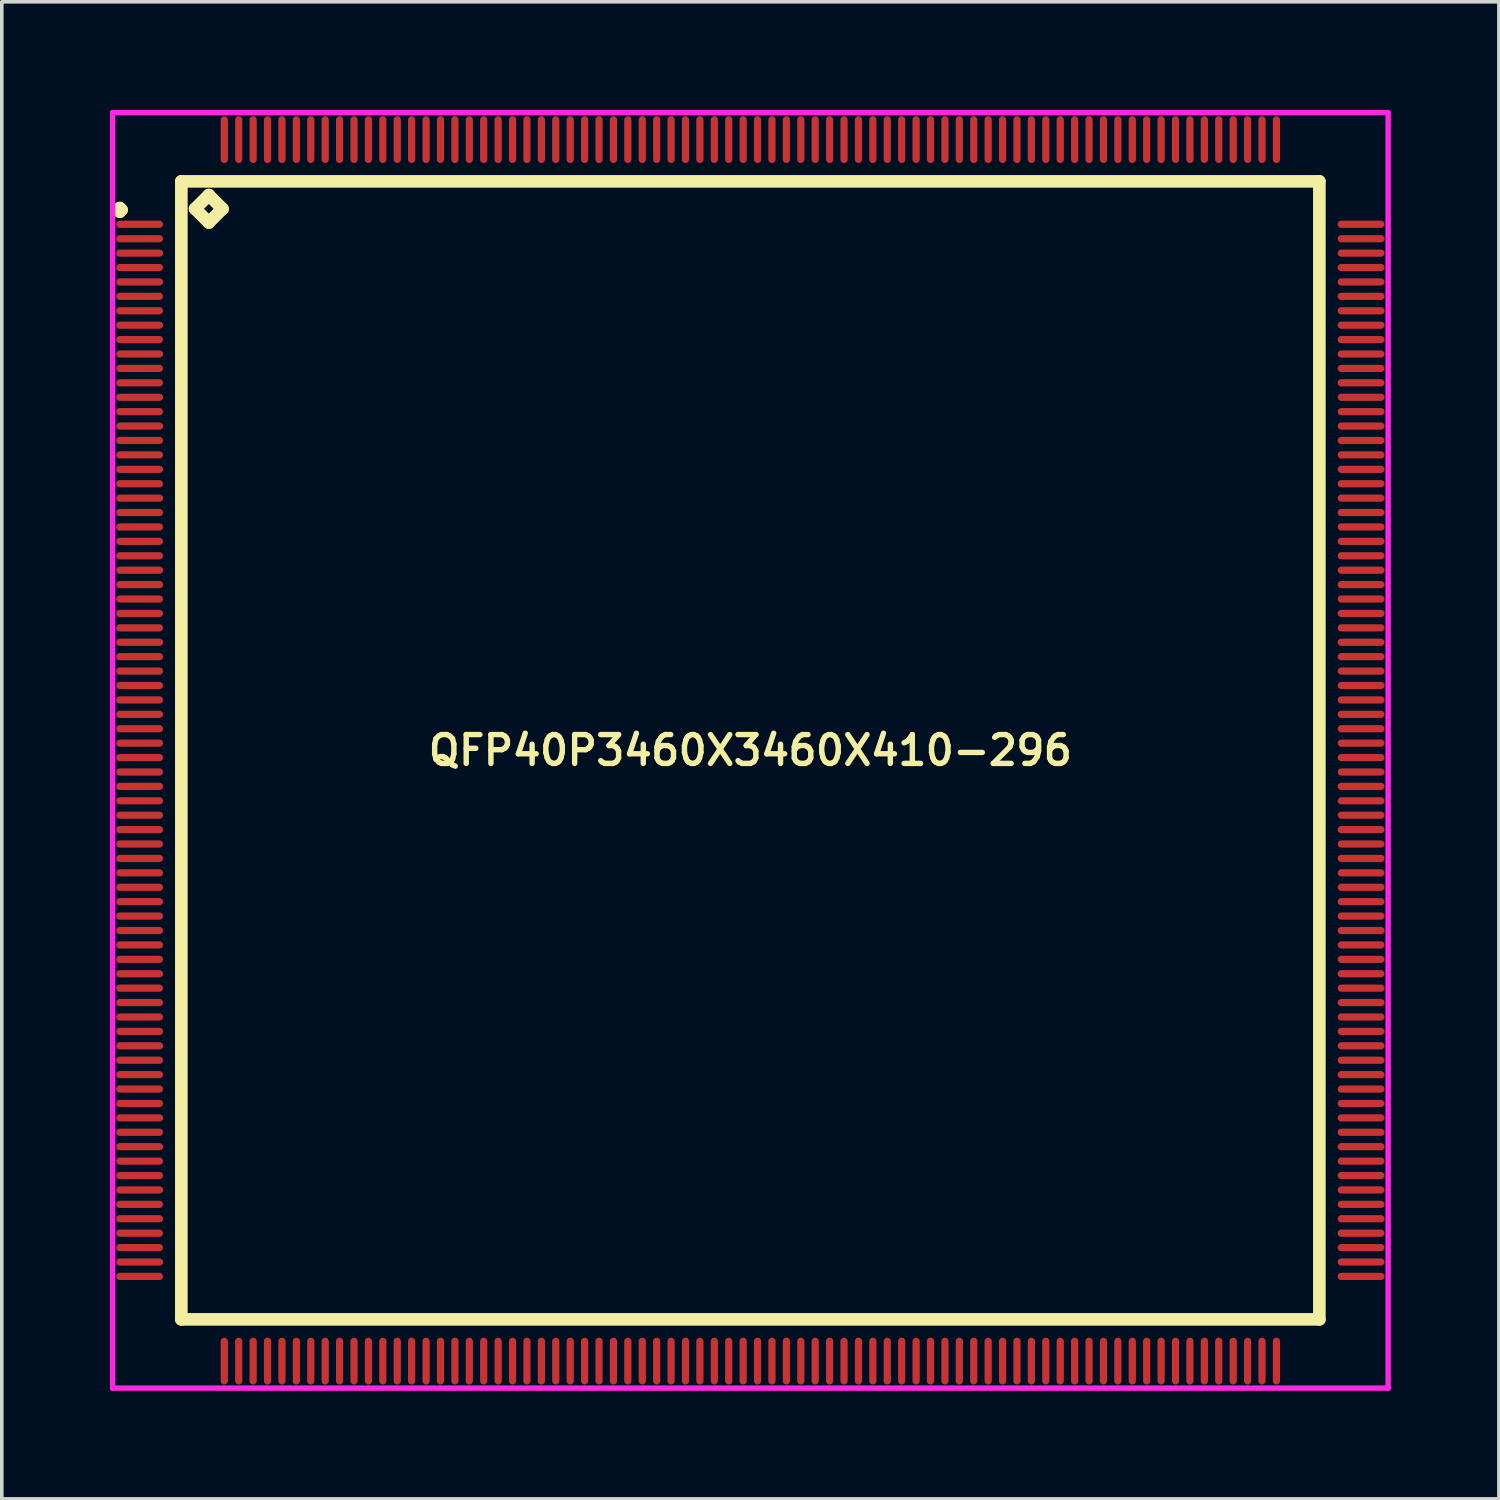
<source format=kicad_pcb>
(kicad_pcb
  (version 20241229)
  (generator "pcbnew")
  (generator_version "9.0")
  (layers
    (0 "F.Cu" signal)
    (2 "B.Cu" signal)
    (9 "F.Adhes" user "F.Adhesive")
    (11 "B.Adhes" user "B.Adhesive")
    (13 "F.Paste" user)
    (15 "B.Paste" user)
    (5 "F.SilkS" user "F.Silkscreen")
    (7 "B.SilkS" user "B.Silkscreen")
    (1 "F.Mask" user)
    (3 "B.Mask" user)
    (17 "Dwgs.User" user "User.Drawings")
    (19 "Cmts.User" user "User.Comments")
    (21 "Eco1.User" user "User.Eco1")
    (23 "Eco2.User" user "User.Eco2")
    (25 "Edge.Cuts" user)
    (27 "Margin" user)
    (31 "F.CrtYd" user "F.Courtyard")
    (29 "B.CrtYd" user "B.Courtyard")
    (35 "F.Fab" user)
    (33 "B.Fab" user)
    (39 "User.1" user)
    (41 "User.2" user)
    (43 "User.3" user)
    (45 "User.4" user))
  (footprint "QFP40P3460X3460X410-296"
    (layer "F.Cu")
    (at 17.775 17.775)
    (property "Reference" "QFP40P3460X3460X410-296" (at 0 0 0) (layer "F.SilkS") (effects (font (size 0.8 0.8) (thickness 0.15))))
    (attr smd)
    (fp_line (start -17.55 -15) (end -17.5 -15.05) (stroke (width 0.35) (type solid)) (layer "F.SilkS"))
    (fp_line (start -17.5 -15.05) (end -17.45 -15) (stroke (width 0.35) (type solid)) (layer "F.SilkS"))
    (fp_line (start -17.5 -14.95) (end -17.55 -15) (stroke (width 0.35) (type solid)) (layer "F.SilkS"))
    (fp_line (start -17.45 -15) (end -17.5 -14.95) (stroke (width 0.35) (type solid)) (layer "F.SilkS"))
    (fp_line (start -15.792 -15.792) (end -15.792 15.792) (stroke (width 0.35) (type solid)) (layer "F.SilkS"))
    (fp_line (start -15.792 15.792) (end 15.792 15.792) (stroke (width 0.35) (type solid)) (layer "F.SilkS"))
    (fp_line (start -15.411 -15.03) (end -15.03 -15.411) (stroke (width 0.35) (type solid)) (layer "F.SilkS"))
    (fp_line (start -15.03 -15.411) (end -14.649 -15.03) (stroke (width 0.35) (type solid)) (layer "F.SilkS"))
    (fp_line (start -15.03 -14.649) (end -15.411 -15.03) (stroke (width 0.35) (type solid)) (layer "F.SilkS"))
    (fp_line (start -14.649 -15.03) (end -15.03 -14.649) (stroke (width 0.35) (type solid)) (layer "F.SilkS"))
    (fp_line (start 15.792 -15.792) (end -15.792 -15.792) (stroke (width 0.35) (type solid)) (layer "F.SilkS"))
    (fp_line (start 15.792 15.792) (end 15.792 -15.792) (stroke (width 0.35) (type solid)) (layer "F.SilkS"))
    (fp_line (start -17.7 -17.7) (end 17.7 -17.7) (stroke (width 0.15) (type solid)) (layer "F.CrtYd"))
    (fp_line (start -17.7 17.7) (end -17.7 -17.7) (stroke (width 0.15) (type solid)) (layer "F.CrtYd"))
    (fp_line (start 17.7 -17.7) (end 17.7 17.7) (stroke (width 0.15) (type solid)) (layer "F.CrtYd"))
    (fp_line (start 17.7 17.7) (end -17.7 17.7) (stroke (width 0.15) (type solid)) (layer "F.CrtYd"))
    (pad "1" smd oval (at -16.95 -14.6) (size 1.3 0.2) (layers "F.Cu" "F.Mask" "F.Paste"))
    (pad "2" smd oval (at -16.95 -14.2) (size 1.3 0.2) (layers "F.Cu" "F.Mask" "F.Paste"))
    (pad "3" smd oval (at -16.95 -13.8) (size 1.3 0.2) (layers "F.Cu" "F.Mask" "F.Paste"))
    (pad "4" smd oval (at -16.95 -13.4) (size 1.3 0.2) (layers "F.Cu" "F.Mask" "F.Paste"))
    (pad "5" smd oval (at -16.95 -13) (size 1.3 0.2) (layers "F.Cu" "F.Mask" "F.Paste"))
    (pad "6" smd oval (at -16.95 -12.6) (size 1.3 0.2) (layers "F.Cu" "F.Mask" "F.Paste"))
    (pad "7" smd oval (at -16.95 -12.2) (size 1.3 0.2) (layers "F.Cu" "F.Mask" "F.Paste"))
    (pad "8" smd oval (at -16.95 -11.8) (size 1.3 0.2) (layers "F.Cu" "F.Mask" "F.Paste"))
    (pad "9" smd oval (at -16.95 -11.4) (size 1.3 0.2) (layers "F.Cu" "F.Mask" "F.Paste"))
    (pad "10" smd oval (at -16.95 -11) (size 1.3 0.2) (layers "F.Cu" "F.Mask" "F.Paste"))
    (pad "11" smd oval (at -16.95 -10.6) (size 1.3 0.2) (layers "F.Cu" "F.Mask" "F.Paste"))
    (pad "12" smd oval (at -16.95 -10.2) (size 1.3 0.2) (layers "F.Cu" "F.Mask" "F.Paste"))
    (pad "13" smd oval (at -16.95 -9.8) (size 1.3 0.2) (layers "F.Cu" "F.Mask" "F.Paste"))
    (pad "14" smd oval (at -16.95 -9.4) (size 1.3 0.2) (layers "F.Cu" "F.Mask" "F.Paste"))
    (pad "15" smd oval (at -16.95 -9) (size 1.3 0.2) (layers "F.Cu" "F.Mask" "F.Paste"))
    (pad "16" smd oval (at -16.95 -8.6) (size 1.3 0.2) (layers "F.Cu" "F.Mask" "F.Paste"))
    (pad "17" smd oval (at -16.95 -8.2) (size 1.3 0.2) (layers "F.Cu" "F.Mask" "F.Paste"))
    (pad "18" smd oval (at -16.95 -7.8) (size 1.3 0.2) (layers "F.Cu" "F.Mask" "F.Paste"))
    (pad "19" smd oval (at -16.95 -7.4) (size 1.3 0.2) (layers "F.Cu" "F.Mask" "F.Paste"))
    (pad "20" smd oval (at -16.95 -7) (size 1.3 0.2) (layers "F.Cu" "F.Mask" "F.Paste"))
    (pad "21" smd oval (at -16.95 -6.6) (size 1.3 0.2) (layers "F.Cu" "F.Mask" "F.Paste"))
    (pad "22" smd oval (at -16.95 -6.2) (size 1.3 0.2) (layers "F.Cu" "F.Mask" "F.Paste"))
    (pad "23" smd oval (at -16.95 -5.8) (size 1.3 0.2) (layers "F.Cu" "F.Mask" "F.Paste"))
    (pad "24" smd oval (at -16.95 -5.4) (size 1.3 0.2) (layers "F.Cu" "F.Mask" "F.Paste"))
    (pad "25" smd oval (at -16.95 -5) (size 1.3 0.2) (layers "F.Cu" "F.Mask" "F.Paste"))
    (pad "26" smd oval (at -16.95 -4.6) (size 1.3 0.2) (layers "F.Cu" "F.Mask" "F.Paste"))
    (pad "27" smd oval (at -16.95 -4.2) (size 1.3 0.2) (layers "F.Cu" "F.Mask" "F.Paste"))
    (pad "28" smd oval (at -16.95 -3.8) (size 1.3 0.2) (layers "F.Cu" "F.Mask" "F.Paste"))
    (pad "29" smd oval (at -16.95 -3.4) (size 1.3 0.2) (layers "F.Cu" "F.Mask" "F.Paste"))
    (pad "30" smd oval (at -16.95 -3) (size 1.3 0.2) (layers "F.Cu" "F.Mask" "F.Paste"))
    (pad "31" smd oval (at -16.95 -2.6) (size 1.3 0.2) (layers "F.Cu" "F.Mask" "F.Paste"))
    (pad "32" smd oval (at -16.95 -2.2) (size 1.3 0.2) (layers "F.Cu" "F.Mask" "F.Paste"))
    (pad "33" smd oval (at -16.95 -1.8) (size 1.3 0.2) (layers "F.Cu" "F.Mask" "F.Paste"))
    (pad "34" smd oval (at -16.95 -1.4) (size 1.3 0.2) (layers "F.Cu" "F.Mask" "F.Paste"))
    (pad "35" smd oval (at -16.95 -1) (size 1.3 0.2) (layers "F.Cu" "F.Mask" "F.Paste"))
    (pad "36" smd oval (at -16.95 -0.6) (size 1.3 0.2) (layers "F.Cu" "F.Mask" "F.Paste"))
    (pad "37" smd oval (at -16.95 -0.2) (size 1.3 0.2) (layers "F.Cu" "F.Mask" "F.Paste"))
    (pad "38" smd oval (at -16.95 0.2) (size 1.3 0.2) (layers "F.Cu" "F.Mask" "F.Paste"))
    (pad "39" smd oval (at -16.95 0.6) (size 1.3 0.2) (layers "F.Cu" "F.Mask" "F.Paste"))
    (pad "40" smd oval (at -16.95 1) (size 1.3 0.2) (layers "F.Cu" "F.Mask" "F.Paste"))
    (pad "41" smd oval (at -16.95 1.4) (size 1.3 0.2) (layers "F.Cu" "F.Mask" "F.Paste"))
    (pad "42" smd oval (at -16.95 1.8) (size 1.3 0.2) (layers "F.Cu" "F.Mask" "F.Paste"))
    (pad "43" smd oval (at -16.95 2.2) (size 1.3 0.2) (layers "F.Cu" "F.Mask" "F.Paste"))
    (pad "44" smd oval (at -16.95 2.6) (size 1.3 0.2) (layers "F.Cu" "F.Mask" "F.Paste"))
    (pad "45" smd oval (at -16.95 3) (size 1.3 0.2) (layers "F.Cu" "F.Mask" "F.Paste"))
    (pad "46" smd oval (at -16.95 3.4) (size 1.3 0.2) (layers "F.Cu" "F.Mask" "F.Paste"))
    (pad "47" smd oval (at -16.95 3.8) (size 1.3 0.2) (layers "F.Cu" "F.Mask" "F.Paste"))
    (pad "48" smd oval (at -16.95 4.2) (size 1.3 0.2) (layers "F.Cu" "F.Mask" "F.Paste"))
    (pad "49" smd oval (at -16.95 4.6) (size 1.3 0.2) (layers "F.Cu" "F.Mask" "F.Paste"))
    (pad "50" smd oval (at -16.95 5) (size 1.3 0.2) (layers "F.Cu" "F.Mask" "F.Paste"))
    (pad "51" smd oval (at -16.95 5.4) (size 1.3 0.2) (layers "F.Cu" "F.Mask" "F.Paste"))
    (pad "52" smd oval (at -16.95 5.8) (size 1.3 0.2) (layers "F.Cu" "F.Mask" "F.Paste"))
    (pad "53" smd oval (at -16.95 6.2) (size 1.3 0.2) (layers "F.Cu" "F.Mask" "F.Paste"))
    (pad "54" smd oval (at -16.95 6.6) (size 1.3 0.2) (layers "F.Cu" "F.Mask" "F.Paste"))
    (pad "55" smd oval (at -16.95 7) (size 1.3 0.2) (layers "F.Cu" "F.Mask" "F.Paste"))
    (pad "56" smd oval (at -16.95 7.4) (size 1.3 0.2) (layers "F.Cu" "F.Mask" "F.Paste"))
    (pad "57" smd oval (at -16.95 7.8) (size 1.3 0.2) (layers "F.Cu" "F.Mask" "F.Paste"))
    (pad "58" smd oval (at -16.95 8.2) (size 1.3 0.2) (layers "F.Cu" "F.Mask" "F.Paste"))
    (pad "59" smd oval (at -16.95 8.6) (size 1.3 0.2) (layers "F.Cu" "F.Mask" "F.Paste"))
    (pad "60" smd oval (at -16.95 9) (size 1.3 0.2) (layers "F.Cu" "F.Mask" "F.Paste"))
    (pad "61" smd oval (at -16.95 9.4) (size 1.3 0.2) (layers "F.Cu" "F.Mask" "F.Paste"))
    (pad "62" smd oval (at -16.95 9.8) (size 1.3 0.2) (layers "F.Cu" "F.Mask" "F.Paste"))
    (pad "63" smd oval (at -16.95 10.2) (size 1.3 0.2) (layers "F.Cu" "F.Mask" "F.Paste"))
    (pad "64" smd oval (at -16.95 10.6) (size 1.3 0.2) (layers "F.Cu" "F.Mask" "F.Paste"))
    (pad "65" smd oval (at -16.95 11) (size 1.3 0.2) (layers "F.Cu" "F.Mask" "F.Paste"))
    (pad "66" smd oval (at -16.95 11.4) (size 1.3 0.2) (layers "F.Cu" "F.Mask" "F.Paste"))
    (pad "67" smd oval (at -16.95 11.8) (size 1.3 0.2) (layers "F.Cu" "F.Mask" "F.Paste"))
    (pad "68" smd oval (at -16.95 12.2) (size 1.3 0.2) (layers "F.Cu" "F.Mask" "F.Paste"))
    (pad "69" smd oval (at -16.95 12.6) (size 1.3 0.2) (layers "F.Cu" "F.Mask" "F.Paste"))
    (pad "70" smd oval (at -16.95 13) (size 1.3 0.2) (layers "F.Cu" "F.Mask" "F.Paste"))
    (pad "71" smd oval (at -16.95 13.4) (size 1.3 0.2) (layers "F.Cu" "F.Mask" "F.Paste"))
    (pad "72" smd oval (at -16.95 13.8) (size 1.3 0.2) (layers "F.Cu" "F.Mask" "F.Paste"))
    (pad "73" smd oval (at -16.95 14.2) (size 1.3 0.2) (layers "F.Cu" "F.Mask" "F.Paste"))
    (pad "74" smd oval (at -16.95 14.6) (size 1.3 0.2) (layers "F.Cu" "F.Mask" "F.Paste"))
    (pad "75" smd oval (at -14.6 16.95) (size 0.2 1.3) (layers "F.Cu" "F.Mask" "F.Paste"))
    (pad "76" smd oval (at -14.2 16.95) (size 0.2 1.3) (layers "F.Cu" "F.Mask" "F.Paste"))
    (pad "77" smd oval (at -13.8 16.95) (size 0.2 1.3) (layers "F.Cu" "F.Mask" "F.Paste"))
    (pad "78" smd oval (at -13.4 16.95) (size 0.2 1.3) (layers "F.Cu" "F.Mask" "F.Paste"))
    (pad "79" smd oval (at -13 16.95) (size 0.2 1.3) (layers "F.Cu" "F.Mask" "F.Paste"))
    (pad "80" smd oval (at -12.6 16.95) (size 0.2 1.3) (layers "F.Cu" "F.Mask" "F.Paste"))
    (pad "81" smd oval (at -12.2 16.95) (size 0.2 1.3) (layers "F.Cu" "F.Mask" "F.Paste"))
    (pad "82" smd oval (at -11.8 16.95) (size 0.2 1.3) (layers "F.Cu" "F.Mask" "F.Paste"))
    (pad "83" smd oval (at -11.4 16.95) (size 0.2 1.3) (layers "F.Cu" "F.Mask" "F.Paste"))
    (pad "84" smd oval (at -11 16.95) (size 0.2 1.3) (layers "F.Cu" "F.Mask" "F.Paste"))
    (pad "85" smd oval (at -10.6 16.95) (size 0.2 1.3) (layers "F.Cu" "F.Mask" "F.Paste"))
    (pad "86" smd oval (at -10.2 16.95) (size 0.2 1.3) (layers "F.Cu" "F.Mask" "F.Paste"))
    (pad "87" smd oval (at -9.8 16.95) (size 0.2 1.3) (layers "F.Cu" "F.Mask" "F.Paste"))
    (pad "88" smd oval (at -9.4 16.95) (size 0.2 1.3) (layers "F.Cu" "F.Mask" "F.Paste"))
    (pad "89" smd oval (at -9 16.95) (size 0.2 1.3) (layers "F.Cu" "F.Mask" "F.Paste"))
    (pad "90" smd oval (at -8.6 16.95) (size 0.2 1.3) (layers "F.Cu" "F.Mask" "F.Paste"))
    (pad "91" smd oval (at -8.2 16.95) (size 0.2 1.3) (layers "F.Cu" "F.Mask" "F.Paste"))
    (pad "92" smd oval (at -7.8 16.95) (size 0.2 1.3) (layers "F.Cu" "F.Mask" "F.Paste"))
    (pad "93" smd oval (at -7.4 16.95) (size 0.2 1.3) (layers "F.Cu" "F.Mask" "F.Paste"))
    (pad "94" smd oval (at -7 16.95) (size 0.2 1.3) (layers "F.Cu" "F.Mask" "F.Paste"))
    (pad "95" smd oval (at -6.6 16.95) (size 0.2 1.3) (layers "F.Cu" "F.Mask" "F.Paste"))
    (pad "96" smd oval (at -6.2 16.95) (size 0.2 1.3) (layers "F.Cu" "F.Mask" "F.Paste"))
    (pad "97" smd oval (at -5.8 16.95) (size 0.2 1.3) (layers "F.Cu" "F.Mask" "F.Paste"))
    (pad "98" smd oval (at -5.4 16.95) (size 0.2 1.3) (layers "F.Cu" "F.Mask" "F.Paste"))
    (pad "99" smd oval (at -5 16.95) (size 0.2 1.3) (layers "F.Cu" "F.Mask" "F.Paste"))
    (pad "100" smd oval (at -4.6 16.95) (size 0.2 1.3) (layers "F.Cu" "F.Mask" "F.Paste"))
    (pad "101" smd oval (at -4.2 16.95) (size 0.2 1.3) (layers "F.Cu" "F.Mask" "F.Paste"))
    (pad "102" smd oval (at -3.8 16.95) (size 0.2 1.3) (layers "F.Cu" "F.Mask" "F.Paste"))
    (pad "103" smd oval (at -3.4 16.95) (size 0.2 1.3) (layers "F.Cu" "F.Mask" "F.Paste"))
    (pad "104" smd oval (at -3 16.95) (size 0.2 1.3) (layers "F.Cu" "F.Mask" "F.Paste"))
    (pad "105" smd oval (at -2.6 16.95) (size 0.2 1.3) (layers "F.Cu" "F.Mask" "F.Paste"))
    (pad "106" smd oval (at -2.2 16.95) (size 0.2 1.3) (layers "F.Cu" "F.Mask" "F.Paste"))
    (pad "107" smd oval (at -1.8 16.95) (size 0.2 1.3) (layers "F.Cu" "F.Mask" "F.Paste"))
    (pad "108" smd oval (at -1.4 16.95) (size 0.2 1.3) (layers "F.Cu" "F.Mask" "F.Paste"))
    (pad "109" smd oval (at -1 16.95) (size 0.2 1.3) (layers "F.Cu" "F.Mask" "F.Paste"))
    (pad "110" smd oval (at -0.6 16.95) (size 0.2 1.3) (layers "F.Cu" "F.Mask" "F.Paste"))
    (pad "111" smd oval (at -0.2 16.95) (size 0.2 1.3) (layers "F.Cu" "F.Mask" "F.Paste"))
    (pad "112" smd oval (at 0.2 16.95) (size 0.2 1.3) (layers "F.Cu" "F.Mask" "F.Paste"))
    (pad "113" smd oval (at 0.6 16.95) (size 0.2 1.3) (layers "F.Cu" "F.Mask" "F.Paste"))
    (pad "114" smd oval (at 1 16.95) (size 0.2 1.3) (layers "F.Cu" "F.Mask" "F.Paste"))
    (pad "115" smd oval (at 1.4 16.95) (size 0.2 1.3) (layers "F.Cu" "F.Mask" "F.Paste"))
    (pad "116" smd oval (at 1.8 16.95) (size 0.2 1.3) (layers "F.Cu" "F.Mask" "F.Paste"))
    (pad "117" smd oval (at 2.2 16.95) (size 0.2 1.3) (layers "F.Cu" "F.Mask" "F.Paste"))
    (pad "118" smd oval (at 2.6 16.95) (size 0.2 1.3) (layers "F.Cu" "F.Mask" "F.Paste"))
    (pad "119" smd oval (at 3 16.95) (size 0.2 1.3) (layers "F.Cu" "F.Mask" "F.Paste"))
    (pad "120" smd oval (at 3.4 16.95) (size 0.2 1.3) (layers "F.Cu" "F.Mask" "F.Paste"))
    (pad "121" smd oval (at 3.8 16.95) (size 0.2 1.3) (layers "F.Cu" "F.Mask" "F.Paste"))
    (pad "122" smd oval (at 4.2 16.95) (size 0.2 1.3) (layers "F.Cu" "F.Mask" "F.Paste"))
    (pad "123" smd oval (at 4.6 16.95) (size 0.2 1.3) (layers "F.Cu" "F.Mask" "F.Paste"))
    (pad "124" smd oval (at 5 16.95) (size 0.2 1.3) (layers "F.Cu" "F.Mask" "F.Paste"))
    (pad "125" smd oval (at 5.4 16.95) (size 0.2 1.3) (layers "F.Cu" "F.Mask" "F.Paste"))
    (pad "126" smd oval (at 5.8 16.95) (size 0.2 1.3) (layers "F.Cu" "F.Mask" "F.Paste"))
    (pad "127" smd oval (at 6.2 16.95) (size 0.2 1.3) (layers "F.Cu" "F.Mask" "F.Paste"))
    (pad "128" smd oval (at 6.6 16.95) (size 0.2 1.3) (layers "F.Cu" "F.Mask" "F.Paste"))
    (pad "129" smd oval (at 7 16.95) (size 0.2 1.3) (layers "F.Cu" "F.Mask" "F.Paste"))
    (pad "130" smd oval (at 7.4 16.95) (size 0.2 1.3) (layers "F.Cu" "F.Mask" "F.Paste"))
    (pad "131" smd oval (at 7.8 16.95) (size 0.2 1.3) (layers "F.Cu" "F.Mask" "F.Paste"))
    (pad "132" smd oval (at 8.2 16.95) (size 0.2 1.3) (layers "F.Cu" "F.Mask" "F.Paste"))
    (pad "133" smd oval (at 8.6 16.95) (size 0.2 1.3) (layers "F.Cu" "F.Mask" "F.Paste"))
    (pad "134" smd oval (at 9 16.95) (size 0.2 1.3) (layers "F.Cu" "F.Mask" "F.Paste"))
    (pad "135" smd oval (at 9.4 16.95) (size 0.2 1.3) (layers "F.Cu" "F.Mask" "F.Paste"))
    (pad "136" smd oval (at 9.8 16.95) (size 0.2 1.3) (layers "F.Cu" "F.Mask" "F.Paste"))
    (pad "137" smd oval (at 10.2 16.95) (size 0.2 1.3) (layers "F.Cu" "F.Mask" "F.Paste"))
    (pad "138" smd oval (at 10.6 16.95) (size 0.2 1.3) (layers "F.Cu" "F.Mask" "F.Paste"))
    (pad "139" smd oval (at 11 16.95) (size 0.2 1.3) (layers "F.Cu" "F.Mask" "F.Paste"))
    (pad "140" smd oval (at 11.4 16.95) (size 0.2 1.3) (layers "F.Cu" "F.Mask" "F.Paste"))
    (pad "141" smd oval (at 11.8 16.95) (size 0.2 1.3) (layers "F.Cu" "F.Mask" "F.Paste"))
    (pad "142" smd oval (at 12.2 16.95) (size 0.2 1.3) (layers "F.Cu" "F.Mask" "F.Paste"))
    (pad "143" smd oval (at 12.6 16.95) (size 0.2 1.3) (layers "F.Cu" "F.Mask" "F.Paste"))
    (pad "144" smd oval (at 13 16.95) (size 0.2 1.3) (layers "F.Cu" "F.Mask" "F.Paste"))
    (pad "145" smd oval (at 13.4 16.95) (size 0.2 1.3) (layers "F.Cu" "F.Mask" "F.Paste"))
    (pad "146" smd oval (at 13.8 16.95) (size 0.2 1.3) (layers "F.Cu" "F.Mask" "F.Paste"))
    (pad "147" smd oval (at 14.2 16.95) (size 0.2 1.3) (layers "F.Cu" "F.Mask" "F.Paste"))
    (pad "148" smd oval (at 14.6 16.95) (size 0.2 1.3) (layers "F.Cu" "F.Mask" "F.Paste"))
    (pad "149" smd oval (at 16.95 14.6) (size 1.3 0.2) (layers "F.Cu" "F.Mask" "F.Paste"))
    (pad "150" smd oval (at 16.95 14.2) (size 1.3 0.2) (layers "F.Cu" "F.Mask" "F.Paste"))
    (pad "151" smd oval (at 16.95 13.8) (size 1.3 0.2) (layers "F.Cu" "F.Mask" "F.Paste"))
    (pad "152" smd oval (at 16.95 13.4) (size 1.3 0.2) (layers "F.Cu" "F.Mask" "F.Paste"))
    (pad "153" smd oval (at 16.95 13) (size 1.3 0.2) (layers "F.Cu" "F.Mask" "F.Paste"))
    (pad "154" smd oval (at 16.95 12.6) (size 1.3 0.2) (layers "F.Cu" "F.Mask" "F.Paste"))
    (pad "155" smd oval (at 16.95 12.2) (size 1.3 0.2) (layers "F.Cu" "F.Mask" "F.Paste"))
    (pad "156" smd oval (at 16.95 11.8) (size 1.3 0.2) (layers "F.Cu" "F.Mask" "F.Paste"))
    (pad "157" smd oval (at 16.95 11.4) (size 1.3 0.2) (layers "F.Cu" "F.Mask" "F.Paste"))
    (pad "158" smd oval (at 16.95 11) (size 1.3 0.2) (layers "F.Cu" "F.Mask" "F.Paste"))
    (pad "159" smd oval (at 16.95 10.6) (size 1.3 0.2) (layers "F.Cu" "F.Mask" "F.Paste"))
    (pad "160" smd oval (at 16.95 10.2) (size 1.3 0.2) (layers "F.Cu" "F.Mask" "F.Paste"))
    (pad "161" smd oval (at 16.95 9.8) (size 1.3 0.2) (layers "F.Cu" "F.Mask" "F.Paste"))
    (pad "162" smd oval (at 16.95 9.4) (size 1.3 0.2) (layers "F.Cu" "F.Mask" "F.Paste"))
    (pad "163" smd oval (at 16.95 9) (size 1.3 0.2) (layers "F.Cu" "F.Mask" "F.Paste"))
    (pad "164" smd oval (at 16.95 8.6) (size 1.3 0.2) (layers "F.Cu" "F.Mask" "F.Paste"))
    (pad "165" smd oval (at 16.95 8.2) (size 1.3 0.2) (layers "F.Cu" "F.Mask" "F.Paste"))
    (pad "166" smd oval (at 16.95 7.8) (size 1.3 0.2) (layers "F.Cu" "F.Mask" "F.Paste"))
    (pad "167" smd oval (at 16.95 7.4) (size 1.3 0.2) (layers "F.Cu" "F.Mask" "F.Paste"))
    (pad "168" smd oval (at 16.95 7) (size 1.3 0.2) (layers "F.Cu" "F.Mask" "F.Paste"))
    (pad "169" smd oval (at 16.95 6.6) (size 1.3 0.2) (layers "F.Cu" "F.Mask" "F.Paste"))
    (pad "170" smd oval (at 16.95 6.2) (size 1.3 0.2) (layers "F.Cu" "F.Mask" "F.Paste"))
    (pad "171" smd oval (at 16.95 5.8) (size 1.3 0.2) (layers "F.Cu" "F.Mask" "F.Paste"))
    (pad "172" smd oval (at 16.95 5.4) (size 1.3 0.2) (layers "F.Cu" "F.Mask" "F.Paste"))
    (pad "173" smd oval (at 16.95 5) (size 1.3 0.2) (layers "F.Cu" "F.Mask" "F.Paste"))
    (pad "174" smd oval (at 16.95 4.6) (size 1.3 0.2) (layers "F.Cu" "F.Mask" "F.Paste"))
    (pad "175" smd oval (at 16.95 4.2) (size 1.3 0.2) (layers "F.Cu" "F.Mask" "F.Paste"))
    (pad "176" smd oval (at 16.95 3.8) (size 1.3 0.2) (layers "F.Cu" "F.Mask" "F.Paste"))
    (pad "177" smd oval (at 16.95 3.4) (size 1.3 0.2) (layers "F.Cu" "F.Mask" "F.Paste"))
    (pad "178" smd oval (at 16.95 3) (size 1.3 0.2) (layers "F.Cu" "F.Mask" "F.Paste"))
    (pad "179" smd oval (at 16.95 2.6) (size 1.3 0.2) (layers "F.Cu" "F.Mask" "F.Paste"))
    (pad "180" smd oval (at 16.95 2.2) (size 1.3 0.2) (layers "F.Cu" "F.Mask" "F.Paste"))
    (pad "181" smd oval (at 16.95 1.8) (size 1.3 0.2) (layers "F.Cu" "F.Mask" "F.Paste"))
    (pad "182" smd oval (at 16.95 1.4) (size 1.3 0.2) (layers "F.Cu" "F.Mask" "F.Paste"))
    (pad "183" smd oval (at 16.95 1) (size 1.3 0.2) (layers "F.Cu" "F.Mask" "F.Paste"))
    (pad "184" smd oval (at 16.95 0.6) (size 1.3 0.2) (layers "F.Cu" "F.Mask" "F.Paste"))
    (pad "185" smd oval (at 16.95 0.2) (size 1.3 0.2) (layers "F.Cu" "F.Mask" "F.Paste"))
    (pad "186" smd oval (at 16.95 -0.2) (size 1.3 0.2) (layers "F.Cu" "F.Mask" "F.Paste"))
    (pad "187" smd oval (at 16.95 -0.6) (size 1.3 0.2) (layers "F.Cu" "F.Mask" "F.Paste"))
    (pad "188" smd oval (at 16.95 -1) (size 1.3 0.2) (layers "F.Cu" "F.Mask" "F.Paste"))
    (pad "189" smd oval (at 16.95 -1.4) (size 1.3 0.2) (layers "F.Cu" "F.Mask" "F.Paste"))
    (pad "190" smd oval (at 16.95 -1.8) (size 1.3 0.2) (layers "F.Cu" "F.Mask" "F.Paste"))
    (pad "191" smd oval (at 16.95 -2.2) (size 1.3 0.2) (layers "F.Cu" "F.Mask" "F.Paste"))
    (pad "192" smd oval (at 16.95 -2.6) (size 1.3 0.2) (layers "F.Cu" "F.Mask" "F.Paste"))
    (pad "193" smd oval (at 16.95 -3) (size 1.3 0.2) (layers "F.Cu" "F.Mask" "F.Paste"))
    (pad "194" smd oval (at 16.95 -3.4) (size 1.3 0.2) (layers "F.Cu" "F.Mask" "F.Paste"))
    (pad "195" smd oval (at 16.95 -3.8) (size 1.3 0.2) (layers "F.Cu" "F.Mask" "F.Paste"))
    (pad "196" smd oval (at 16.95 -4.2) (size 1.3 0.2) (layers "F.Cu" "F.Mask" "F.Paste"))
    (pad "197" smd oval (at 16.95 -4.6) (size 1.3 0.2) (layers "F.Cu" "F.Mask" "F.Paste"))
    (pad "198" smd oval (at 16.95 -5) (size 1.3 0.2) (layers "F.Cu" "F.Mask" "F.Paste"))
    (pad "199" smd oval (at 16.95 -5.4) (size 1.3 0.2) (layers "F.Cu" "F.Mask" "F.Paste"))
    (pad "200" smd oval (at 16.95 -5.8) (size 1.3 0.2) (layers "F.Cu" "F.Mask" "F.Paste"))
    (pad "201" smd oval (at 16.95 -6.2) (size 1.3 0.2) (layers "F.Cu" "F.Mask" "F.Paste"))
    (pad "202" smd oval (at 16.95 -6.6) (size 1.3 0.2) (layers "F.Cu" "F.Mask" "F.Paste"))
    (pad "203" smd oval (at 16.95 -7) (size 1.3 0.2) (layers "F.Cu" "F.Mask" "F.Paste"))
    (pad "204" smd oval (at 16.95 -7.4) (size 1.3 0.2) (layers "F.Cu" "F.Mask" "F.Paste"))
    (pad "205" smd oval (at 16.95 -7.8) (size 1.3 0.2) (layers "F.Cu" "F.Mask" "F.Paste"))
    (pad "206" smd oval (at 16.95 -8.2) (size 1.3 0.2) (layers "F.Cu" "F.Mask" "F.Paste"))
    (pad "207" smd oval (at 16.95 -8.6) (size 1.3 0.2) (layers "F.Cu" "F.Mask" "F.Paste"))
    (pad "208" smd oval (at 16.95 -9) (size 1.3 0.2) (layers "F.Cu" "F.Mask" "F.Paste"))
    (pad "209" smd oval (at 16.95 -9.4) (size 1.3 0.2) (layers "F.Cu" "F.Mask" "F.Paste"))
    (pad "210" smd oval (at 16.95 -9.8) (size 1.3 0.2) (layers "F.Cu" "F.Mask" "F.Paste"))
    (pad "211" smd oval (at 16.95 -10.2) (size 1.3 0.2) (layers "F.Cu" "F.Mask" "F.Paste"))
    (pad "212" smd oval (at 16.95 -10.6) (size 1.3 0.2) (layers "F.Cu" "F.Mask" "F.Paste"))
    (pad "213" smd oval (at 16.95 -11) (size 1.3 0.2) (layers "F.Cu" "F.Mask" "F.Paste"))
    (pad "214" smd oval (at 16.95 -11.4) (size 1.3 0.2) (layers "F.Cu" "F.Mask" "F.Paste"))
    (pad "215" smd oval (at 16.95 -11.8) (size 1.3 0.2) (layers "F.Cu" "F.Mask" "F.Paste"))
    (pad "216" smd oval (at 16.95 -12.2) (size 1.3 0.2) (layers "F.Cu" "F.Mask" "F.Paste"))
    (pad "217" smd oval (at 16.95 -12.6) (size 1.3 0.2) (layers "F.Cu" "F.Mask" "F.Paste"))
    (pad "218" smd oval (at 16.95 -13) (size 1.3 0.2) (layers "F.Cu" "F.Mask" "F.Paste"))
    (pad "219" smd oval (at 16.95 -13.4) (size 1.3 0.2) (layers "F.Cu" "F.Mask" "F.Paste"))
    (pad "220" smd oval (at 16.95 -13.8) (size 1.3 0.2) (layers "F.Cu" "F.Mask" "F.Paste"))
    (pad "221" smd oval (at 16.95 -14.2) (size 1.3 0.2) (layers "F.Cu" "F.Mask" "F.Paste"))
    (pad "222" smd oval (at 16.95 -14.6) (size 1.3 0.2) (layers "F.Cu" "F.Mask" "F.Paste"))
    (pad "223" smd oval (at 14.6 -16.95) (size 0.2 1.3) (layers "F.Cu" "F.Mask" "F.Paste"))
    (pad "224" smd oval (at 14.2 -16.95) (size 0.2 1.3) (layers "F.Cu" "F.Mask" "F.Paste"))
    (pad "225" smd oval (at 13.8 -16.95) (size 0.2 1.3) (layers "F.Cu" "F.Mask" "F.Paste"))
    (pad "226" smd oval (at 13.4 -16.95) (size 0.2 1.3) (layers "F.Cu" "F.Mask" "F.Paste"))
    (pad "227" smd oval (at 13 -16.95) (size 0.2 1.3) (layers "F.Cu" "F.Mask" "F.Paste"))
    (pad "228" smd oval (at 12.6 -16.95) (size 0.2 1.3) (layers "F.Cu" "F.Mask" "F.Paste"))
    (pad "229" smd oval (at 12.2 -16.95) (size 0.2 1.3) (layers "F.Cu" "F.Mask" "F.Paste"))
    (pad "230" smd oval (at 11.8 -16.95) (size 0.2 1.3) (layers "F.Cu" "F.Mask" "F.Paste"))
    (pad "231" smd oval (at 11.4 -16.95) (size 0.2 1.3) (layers "F.Cu" "F.Mask" "F.Paste"))
    (pad "232" smd oval (at 11 -16.95) (size 0.2 1.3) (layers "F.Cu" "F.Mask" "F.Paste"))
    (pad "233" smd oval (at 10.6 -16.95) (size 0.2 1.3) (layers "F.Cu" "F.Mask" "F.Paste"))
    (pad "234" smd oval (at 10.2 -16.95) (size 0.2 1.3) (layers "F.Cu" "F.Mask" "F.Paste"))
    (pad "235" smd oval (at 9.8 -16.95) (size 0.2 1.3) (layers "F.Cu" "F.Mask" "F.Paste"))
    (pad "236" smd oval (at 9.4 -16.95) (size 0.2 1.3) (layers "F.Cu" "F.Mask" "F.Paste"))
    (pad "237" smd oval (at 9 -16.95) (size 0.2 1.3) (layers "F.Cu" "F.Mask" "F.Paste"))
    (pad "238" smd oval (at 8.6 -16.95) (size 0.2 1.3) (layers "F.Cu" "F.Mask" "F.Paste"))
    (pad "239" smd oval (at 8.2 -16.95) (size 0.2 1.3) (layers "F.Cu" "F.Mask" "F.Paste"))
    (pad "240" smd oval (at 7.8 -16.95) (size 0.2 1.3) (layers "F.Cu" "F.Mask" "F.Paste"))
    (pad "241" smd oval (at 7.4 -16.95) (size 0.2 1.3) (layers "F.Cu" "F.Mask" "F.Paste"))
    (pad "242" smd oval (at 7 -16.95) (size 0.2 1.3) (layers "F.Cu" "F.Mask" "F.Paste"))
    (pad "243" smd oval (at 6.6 -16.95) (size 0.2 1.3) (layers "F.Cu" "F.Mask" "F.Paste"))
    (pad "244" smd oval (at 6.2 -16.95) (size 0.2 1.3) (layers "F.Cu" "F.Mask" "F.Paste"))
    (pad "245" smd oval (at 5.8 -16.95) (size 0.2 1.3) (layers "F.Cu" "F.Mask" "F.Paste"))
    (pad "246" smd oval (at 5.4 -16.95) (size 0.2 1.3) (layers "F.Cu" "F.Mask" "F.Paste"))
    (pad "247" smd oval (at 5 -16.95) (size 0.2 1.3) (layers "F.Cu" "F.Mask" "F.Paste"))
    (pad "248" smd oval (at 4.6 -16.95) (size 0.2 1.3) (layers "F.Cu" "F.Mask" "F.Paste"))
    (pad "249" smd oval (at 4.2 -16.95) (size 0.2 1.3) (layers "F.Cu" "F.Mask" "F.Paste"))
    (pad "250" smd oval (at 3.8 -16.95) (size 0.2 1.3) (layers "F.Cu" "F.Mask" "F.Paste"))
    (pad "251" smd oval (at 3.4 -16.95) (size 0.2 1.3) (layers "F.Cu" "F.Mask" "F.Paste"))
    (pad "252" smd oval (at 3 -16.95) (size 0.2 1.3) (layers "F.Cu" "F.Mask" "F.Paste"))
    (pad "253" smd oval (at 2.6 -16.95) (size 0.2 1.3) (layers "F.Cu" "F.Mask" "F.Paste"))
    (pad "254" smd oval (at 2.2 -16.95) (size 0.2 1.3) (layers "F.Cu" "F.Mask" "F.Paste"))
    (pad "255" smd oval (at 1.8 -16.95) (size 0.2 1.3) (layers "F.Cu" "F.Mask" "F.Paste"))
    (pad "256" smd oval (at 1.4 -16.95) (size 0.2 1.3) (layers "F.Cu" "F.Mask" "F.Paste"))
    (pad "257" smd oval (at 1 -16.95) (size 0.2 1.3) (layers "F.Cu" "F.Mask" "F.Paste"))
    (pad "258" smd oval (at 0.6 -16.95) (size 0.2 1.3) (layers "F.Cu" "F.Mask" "F.Paste"))
    (pad "259" smd oval (at 0.2 -16.95) (size 0.2 1.3) (layers "F.Cu" "F.Mask" "F.Paste"))
    (pad "260" smd oval (at -0.2 -16.95) (size 0.2 1.3) (layers "F.Cu" "F.Mask" "F.Paste"))
    (pad "261" smd oval (at -0.6 -16.95) (size 0.2 1.3) (layers "F.Cu" "F.Mask" "F.Paste"))
    (pad "262" smd oval (at -1 -16.95) (size 0.2 1.3) (layers "F.Cu" "F.Mask" "F.Paste"))
    (pad "263" smd oval (at -1.4 -16.95) (size 0.2 1.3) (layers "F.Cu" "F.Mask" "F.Paste"))
    (pad "264" smd oval (at -1.8 -16.95) (size 0.2 1.3) (layers "F.Cu" "F.Mask" "F.Paste"))
    (pad "265" smd oval (at -2.2 -16.95) (size 0.2 1.3) (layers "F.Cu" "F.Mask" "F.Paste"))
    (pad "266" smd oval (at -2.6 -16.95) (size 0.2 1.3) (layers "F.Cu" "F.Mask" "F.Paste"))
    (pad "267" smd oval (at -3 -16.95) (size 0.2 1.3) (layers "F.Cu" "F.Mask" "F.Paste"))
    (pad "268" smd oval (at -3.4 -16.95) (size 0.2 1.3) (layers "F.Cu" "F.Mask" "F.Paste"))
    (pad "269" smd oval (at -3.8 -16.95) (size 0.2 1.3) (layers "F.Cu" "F.Mask" "F.Paste"))
    (pad "270" smd oval (at -4.2 -16.95) (size 0.2 1.3) (layers "F.Cu" "F.Mask" "F.Paste"))
    (pad "271" smd oval (at -4.6 -16.95) (size 0.2 1.3) (layers "F.Cu" "F.Mask" "F.Paste"))
    (pad "272" smd oval (at -5 -16.95) (size 0.2 1.3) (layers "F.Cu" "F.Mask" "F.Paste"))
    (pad "273" smd oval (at -5.4 -16.95) (size 0.2 1.3) (layers "F.Cu" "F.Mask" "F.Paste"))
    (pad "274" smd oval (at -5.8 -16.95) (size 0.2 1.3) (layers "F.Cu" "F.Mask" "F.Paste"))
    (pad "275" smd oval (at -6.2 -16.95) (size 0.2 1.3) (layers "F.Cu" "F.Mask" "F.Paste"))
    (pad "276" smd oval (at -6.6 -16.95) (size 0.2 1.3) (layers "F.Cu" "F.Mask" "F.Paste"))
    (pad "277" smd oval (at -7 -16.95) (size 0.2 1.3) (layers "F.Cu" "F.Mask" "F.Paste"))
    (pad "278" smd oval (at -7.4 -16.95) (size 0.2 1.3) (layers "F.Cu" "F.Mask" "F.Paste"))
    (pad "279" smd oval (at -7.8 -16.95) (size 0.2 1.3) (layers "F.Cu" "F.Mask" "F.Paste"))
    (pad "280" smd oval (at -8.2 -16.95) (size 0.2 1.3) (layers "F.Cu" "F.Mask" "F.Paste"))
    (pad "281" smd oval (at -8.6 -16.95) (size 0.2 1.3) (layers "F.Cu" "F.Mask" "F.Paste"))
    (pad "282" smd oval (at -9 -16.95) (size 0.2 1.3) (layers "F.Cu" "F.Mask" "F.Paste"))
    (pad "283" smd oval (at -9.4 -16.95) (size 0.2 1.3) (layers "F.Cu" "F.Mask" "F.Paste"))
    (pad "284" smd oval (at -9.8 -16.95) (size 0.2 1.3) (layers "F.Cu" "F.Mask" "F.Paste"))
    (pad "285" smd oval (at -10.2 -16.95) (size 0.2 1.3) (layers "F.Cu" "F.Mask" "F.Paste"))
    (pad "286" smd oval (at -10.6 -16.95) (size 0.2 1.3) (layers "F.Cu" "F.Mask" "F.Paste"))
    (pad "287" smd oval (at -11 -16.95) (size 0.2 1.3) (layers "F.Cu" "F.Mask" "F.Paste"))
    (pad "288" smd oval (at -11.4 -16.95) (size 0.2 1.3) (layers "F.Cu" "F.Mask" "F.Paste"))
    (pad "289" smd oval (at -11.8 -16.95) (size 0.2 1.3) (layers "F.Cu" "F.Mask" "F.Paste"))
    (pad "290" smd oval (at -12.2 -16.95) (size 0.2 1.3) (layers "F.Cu" "F.Mask" "F.Paste"))
    (pad "291" smd oval (at -12.6 -16.95) (size 0.2 1.3) (layers "F.Cu" "F.Mask" "F.Paste"))
    (pad "292" smd oval (at -13 -16.95) (size 0.2 1.3) (layers "F.Cu" "F.Mask" "F.Paste"))
    (pad "293" smd oval (at -13.4 -16.95) (size 0.2 1.3) (layers "F.Cu" "F.Mask" "F.Paste"))
    (pad "294" smd oval (at -13.8 -16.95) (size 0.2 1.3) (layers "F.Cu" "F.Mask" "F.Paste"))
    (pad "295" smd oval (at -14.2 -16.95) (size 0.2 1.3) (layers "F.Cu" "F.Mask" "F.Paste"))
    (pad "296" smd oval (at -14.6 -16.95) (size 0.2 1.3) (layers "F.Cu" "F.Mask" "F.Paste")))
  (gr_rect
    (start -3 -3)
    (end 38.55 38.55)
    (stroke (width 0.1) (type default))
    (fill no)
    (layer "Edge.Cuts")))
</source>
